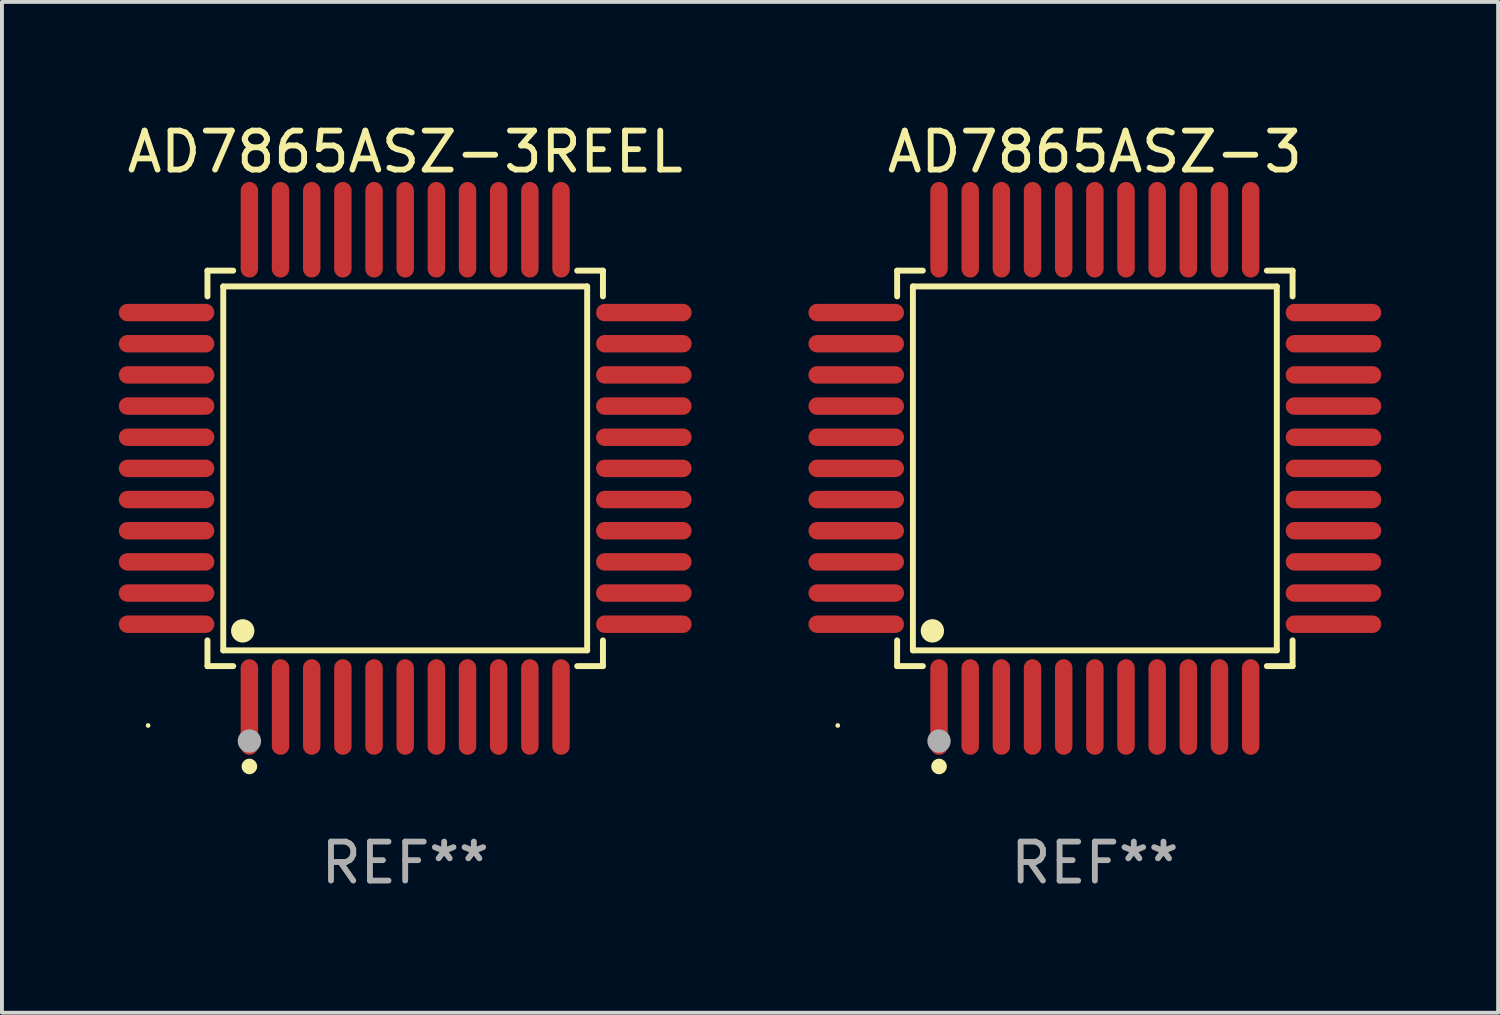
<source format=kicad_pcb>
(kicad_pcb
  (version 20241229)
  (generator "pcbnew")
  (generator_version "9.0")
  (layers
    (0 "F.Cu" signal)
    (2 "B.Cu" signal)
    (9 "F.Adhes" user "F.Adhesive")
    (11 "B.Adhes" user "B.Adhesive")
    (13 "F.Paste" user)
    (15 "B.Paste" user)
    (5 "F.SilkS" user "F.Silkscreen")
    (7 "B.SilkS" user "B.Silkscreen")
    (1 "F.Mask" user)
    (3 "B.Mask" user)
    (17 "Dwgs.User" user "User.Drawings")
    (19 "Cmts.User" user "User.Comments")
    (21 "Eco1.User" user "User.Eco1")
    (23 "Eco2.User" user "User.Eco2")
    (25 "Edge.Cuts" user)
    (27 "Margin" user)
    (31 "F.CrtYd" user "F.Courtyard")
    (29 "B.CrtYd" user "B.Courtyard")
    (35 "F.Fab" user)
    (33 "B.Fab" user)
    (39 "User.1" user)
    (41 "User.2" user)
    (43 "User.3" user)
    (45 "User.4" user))
  (footprint "AD7865ASZ-3REEL"
    (layer "F.Cu")
    (at 7.352 8.974)
    (property "Reference" "AD7865ASZ-3REEL" (at 0 -8.126 0) (layer "F.SilkS") (effects (font (size 1 1) (thickness 0.15))))
    (attr through_hole)
    (fp_line (start -5.076 -5.076) (end -4.415 -5.076) (stroke (width 0.152) (type solid)) (layer "F.SilkS"))
    (fp_line (start -5.076 -4.415) (end -5.076 -5.076) (stroke (width 0.152) (type solid)) (layer "F.SilkS"))
    (fp_line (start -5.076 4.415) (end -5.076 5.076) (stroke (width 0.152) (type solid)) (layer "F.SilkS"))
    (fp_line (start -5.076 5.076) (end -4.415 5.076) (stroke (width 0.152) (type solid)) (layer "F.SilkS"))
    (fp_line (start -4.671 -4.671) (end 4.671 -4.671) (stroke (width 0.152) (type solid)) (layer "F.SilkS"))
    (fp_line (start -4.671 4.671) (end -4.671 -4.671) (stroke (width 0.152) (type solid)) (layer "F.SilkS"))
    (fp_line (start 4.671 -4.671) (end 4.671 4.671) (stroke (width 0.152) (type solid)) (layer "F.SilkS"))
    (fp_line (start 4.671 4.671) (end -4.671 4.671) (stroke (width 0.152) (type solid)) (layer "F.SilkS"))
    (fp_line (start 5.076 -5.076) (end 4.415 -5.076) (stroke (width 0.152) (type solid)) (layer "F.SilkS"))
    (fp_line (start 5.076 -4.415) (end 5.076 -5.076) (stroke (width 0.152) (type solid)) (layer "F.SilkS"))
    (fp_line (start 5.076 4.415) (end 5.076 5.076) (stroke (width 0.152) (type solid)) (layer "F.SilkS"))
    (fp_line (start 5.076 5.076) (end 4.415 5.076) (stroke (width 0.152) (type solid)) (layer "F.SilkS"))
    (fp_circle (center -6.6 6.6) (end -6.57 6.6) (stroke (width 0.06) (type solid)) (fill no) (layer "F.SilkS"))
    (fp_circle (center -4.171 4.171) (end -4.021 4.171) (stroke (width 0.3) (type solid)) (fill no) (layer "F.SilkS"))
    (fp_circle (center -4 7.652) (end -3.9 7.652) (stroke (width 0.2) (type solid)) (fill no) (layer "F.SilkS"))
    (fp_circle (center -4 7) (end -3.85 7) (stroke (width 0.3) (type solid)) (fill no) (layer "F.Fab"))
    (fp_text user "REF**" (at 0 10.126 0) (layer "F.Fab") (effects (font (size 1 1) (thickness 0.15))))
    (pad "1" smd oval (at -4 6.126) (size 0.448 2.452) (layers "F.Cu" "F.Mask" "F.Paste"))
    (pad "2" smd oval (at -3.2 6.126) (size 0.448 2.452) (layers "F.Cu" "F.Mask" "F.Paste"))
    (pad "3" smd oval (at -2.4 6.126) (size 0.448 2.452) (layers "F.Cu" "F.Mask" "F.Paste"))
    (pad "4" smd oval (at -1.6 6.126) (size 0.448 2.452) (layers "F.Cu" "F.Mask" "F.Paste"))
    (pad "5" smd oval (at -0.8 6.126) (size 0.448 2.452) (layers "F.Cu" "F.Mask" "F.Paste"))
    (pad "6" smd oval (at 0 6.126) (size 0.448 2.452) (layers "F.Cu" "F.Mask" "F.Paste"))
    (pad "7" smd oval (at 0.8 6.126) (size 0.448 2.452) (layers "F.Cu" "F.Mask" "F.Paste"))
    (pad "8" smd oval (at 1.6 6.126) (size 0.448 2.452) (layers "F.Cu" "F.Mask" "F.Paste"))
    (pad "9" smd oval (at 2.4 6.126) (size 0.448 2.452) (layers "F.Cu" "F.Mask" "F.Paste"))
    (pad "10" smd oval (at 3.2 6.126) (size 0.448 2.452) (layers "F.Cu" "F.Mask" "F.Paste"))
    (pad "11" smd oval (at 4 6.126) (size 0.448 2.452) (layers "F.Cu" "F.Mask" "F.Paste"))
    (pad "12" smd oval (at 6.126 4) (size 2.452 0.448) (layers "F.Cu" "F.Mask" "F.Paste"))
    (pad "13" smd oval (at 6.126 3.2) (size 2.452 0.448) (layers "F.Cu" "F.Mask" "F.Paste"))
    (pad "14" smd oval (at 6.126 2.4) (size 2.452 0.448) (layers "F.Cu" "F.Mask" "F.Paste"))
    (pad "15" smd oval (at 6.126 1.6) (size 2.452 0.448) (layers "F.Cu" "F.Mask" "F.Paste"))
    (pad "16" smd oval (at 6.126 0.8) (size 2.452 0.448) (layers "F.Cu" "F.Mask" "F.Paste"))
    (pad "17" smd oval (at 6.126 0) (size 2.452 0.448) (layers "F.Cu" "F.Mask" "F.Paste"))
    (pad "18" smd oval (at 6.126 -0.8) (size 2.452 0.448) (layers "F.Cu" "F.Mask" "F.Paste"))
    (pad "19" smd oval (at 6.126 -1.6) (size 2.452 0.448) (layers "F.Cu" "F.Mask" "F.Paste"))
    (pad "20" smd oval (at 6.126 -2.4) (size 2.452 0.448) (layers "F.Cu" "F.Mask" "F.Paste"))
    (pad "21" smd oval (at 6.126 -3.2) (size 2.452 0.448) (layers "F.Cu" "F.Mask" "F.Paste"))
    (pad "22" smd oval (at 6.126 -4) (size 2.452 0.448) (layers "F.Cu" "F.Mask" "F.Paste"))
    (pad "23" smd oval (at 4 -6.126) (size 0.448 2.452) (layers "F.Cu" "F.Mask" "F.Paste"))
    (pad "24" smd oval (at 3.2 -6.126) (size 0.448 2.452) (layers "F.Cu" "F.Mask" "F.Paste"))
    (pad "25" smd oval (at 2.4 -6.126) (size 0.448 2.452) (layers "F.Cu" "F.Mask" "F.Paste"))
    (pad "26" smd oval (at 1.6 -6.126) (size 0.448 2.452) (layers "F.Cu" "F.Mask" "F.Paste"))
    (pad "27" smd oval (at 0.8 -6.126) (size 0.448 2.452) (layers "F.Cu" "F.Mask" "F.Paste"))
    (pad "28" smd oval (at 0 -6.126) (size 0.448 2.452) (layers "F.Cu" "F.Mask" "F.Paste"))
    (pad "29" smd oval (at -0.8 -6.126) (size 0.448 2.452) (layers "F.Cu" "F.Mask" "F.Paste"))
    (pad "30" smd oval (at -1.6 -6.126) (size 0.448 2.452) (layers "F.Cu" "F.Mask" "F.Paste"))
    (pad "31" smd oval (at -2.4 -6.126) (size 0.448 2.452) (layers "F.Cu" "F.Mask" "F.Paste"))
    (pad "32" smd oval (at -3.2 -6.126) (size 0.448 2.452) (layers "F.Cu" "F.Mask" "F.Paste"))
    (pad "33" smd oval (at -4 -6.126) (size 0.448 2.452) (layers "F.Cu" "F.Mask" "F.Paste"))
    (pad "34" smd oval (at -6.126 -4) (size 2.452 0.448) (layers "F.Cu" "F.Mask" "F.Paste"))
    (pad "35" smd oval (at -6.126 -3.2) (size 2.452 0.448) (layers "F.Cu" "F.Mask" "F.Paste"))
    (pad "36" smd oval (at -6.126 -2.4) (size 2.452 0.448) (layers "F.Cu" "F.Mask" "F.Paste"))
    (pad "37" smd oval (at -6.126 -1.6) (size 2.452 0.448) (layers "F.Cu" "F.Mask" "F.Paste"))
    (pad "38" smd oval (at -6.126 -0.8) (size 2.452 0.448) (layers "F.Cu" "F.Mask" "F.Paste"))
    (pad "39" smd oval (at -6.126 0) (size 2.452 0.448) (layers "F.Cu" "F.Mask" "F.Paste"))
    (pad "40" smd oval (at -6.126 0.8) (size 2.452 0.448) (layers "F.Cu" "F.Mask" "F.Paste"))
    (pad "41" smd oval (at -6.126 1.6) (size 2.452 0.448) (layers "F.Cu" "F.Mask" "F.Paste"))
    (pad "42" smd oval (at -6.126 2.4) (size 2.452 0.448) (layers "F.Cu" "F.Mask" "F.Paste"))
    (pad "43" smd oval (at -6.126 3.2) (size 2.452 0.448) (layers "F.Cu" "F.Mask" "F.Paste"))
    (pad "44" smd oval (at -6.126 4) (size 2.452 0.448) (layers "F.Cu" "F.Mask" "F.Paste")))
  (footprint "AD7865ASZ-3"
    (layer "F.Cu")
    (at 25.056 8.974)
    (property "Reference" "AD7865ASZ-3" (at 0 -8.126 0) (layer "F.SilkS") (effects (font (size 1 1) (thickness 0.15))))
    (attr through_hole)
    (fp_line (start -5.076 -5.076) (end -4.415 -5.076) (stroke (width 0.152) (type solid)) (layer "F.SilkS"))
    (fp_line (start -5.076 -4.415) (end -5.076 -5.076) (stroke (width 0.152) (type solid)) (layer "F.SilkS"))
    (fp_line (start -5.076 4.415) (end -5.076 5.076) (stroke (width 0.152) (type solid)) (layer "F.SilkS"))
    (fp_line (start -5.076 5.076) (end -4.415 5.076) (stroke (width 0.152) (type solid)) (layer "F.SilkS"))
    (fp_line (start -4.671 -4.671) (end 4.671 -4.671) (stroke (width 0.152) (type solid)) (layer "F.SilkS"))
    (fp_line (start -4.671 4.671) (end -4.671 -4.671) (stroke (width 0.152) (type solid)) (layer "F.SilkS"))
    (fp_line (start 4.671 -4.671) (end 4.671 4.671) (stroke (width 0.152) (type solid)) (layer "F.SilkS"))
    (fp_line (start 4.671 4.671) (end -4.671 4.671) (stroke (width 0.152) (type solid)) (layer "F.SilkS"))
    (fp_line (start 5.076 -5.076) (end 4.415 -5.076) (stroke (width 0.152) (type solid)) (layer "F.SilkS"))
    (fp_line (start 5.076 -4.415) (end 5.076 -5.076) (stroke (width 0.152) (type solid)) (layer "F.SilkS"))
    (fp_line (start 5.076 4.415) (end 5.076 5.076) (stroke (width 0.152) (type solid)) (layer "F.SilkS"))
    (fp_line (start 5.076 5.076) (end 4.415 5.076) (stroke (width 0.152) (type solid)) (layer "F.SilkS"))
    (fp_circle (center -6.6 6.6) (end -6.57 6.6) (stroke (width 0.06) (type solid)) (fill no) (layer "F.SilkS"))
    (fp_circle (center -4.171 4.171) (end -4.021 4.171) (stroke (width 0.3) (type solid)) (fill no) (layer "F.SilkS"))
    (fp_circle (center -4 7.652) (end -3.9 7.652) (stroke (width 0.2) (type solid)) (fill no) (layer "F.SilkS"))
    (fp_circle (center -4 7) (end -3.85 7) (stroke (width 0.3) (type solid)) (fill no) (layer "F.Fab"))
    (fp_text user "REF**" (at 0 10.126 0) (layer "F.Fab") (effects (font (size 1 1) (thickness 0.15))))
    (pad "1" smd oval (at -4 6.126) (size 0.448 2.452) (layers "F.Cu" "F.Mask" "F.Paste"))
    (pad "2" smd oval (at -3.2 6.126) (size 0.448 2.452) (layers "F.Cu" "F.Mask" "F.Paste"))
    (pad "3" smd oval (at -2.4 6.126) (size 0.448 2.452) (layers "F.Cu" "F.Mask" "F.Paste"))
    (pad "4" smd oval (at -1.6 6.126) (size 0.448 2.452) (layers "F.Cu" "F.Mask" "F.Paste"))
    (pad "5" smd oval (at -0.8 6.126) (size 0.448 2.452) (layers "F.Cu" "F.Mask" "F.Paste"))
    (pad "6" smd oval (at 0 6.126) (size 0.448 2.452) (layers "F.Cu" "F.Mask" "F.Paste"))
    (pad "7" smd oval (at 0.8 6.126) (size 0.448 2.452) (layers "F.Cu" "F.Mask" "F.Paste"))
    (pad "8" smd oval (at 1.6 6.126) (size 0.448 2.452) (layers "F.Cu" "F.Mask" "F.Paste"))
    (pad "9" smd oval (at 2.4 6.126) (size 0.448 2.452) (layers "F.Cu" "F.Mask" "F.Paste"))
    (pad "10" smd oval (at 3.2 6.126) (size 0.448 2.452) (layers "F.Cu" "F.Mask" "F.Paste"))
    (pad "11" smd oval (at 4 6.126) (size 0.448 2.452) (layers "F.Cu" "F.Mask" "F.Paste"))
    (pad "12" smd oval (at 6.126 4) (size 2.452 0.448) (layers "F.Cu" "F.Mask" "F.Paste"))
    (pad "13" smd oval (at 6.126 3.2) (size 2.452 0.448) (layers "F.Cu" "F.Mask" "F.Paste"))
    (pad "14" smd oval (at 6.126 2.4) (size 2.452 0.448) (layers "F.Cu" "F.Mask" "F.Paste"))
    (pad "15" smd oval (at 6.126 1.6) (size 2.452 0.448) (layers "F.Cu" "F.Mask" "F.Paste"))
    (pad "16" smd oval (at 6.126 0.8) (size 2.452 0.448) (layers "F.Cu" "F.Mask" "F.Paste"))
    (pad "17" smd oval (at 6.126 0) (size 2.452 0.448) (layers "F.Cu" "F.Mask" "F.Paste"))
    (pad "18" smd oval (at 6.126 -0.8) (size 2.452 0.448) (layers "F.Cu" "F.Mask" "F.Paste"))
    (pad "19" smd oval (at 6.126 -1.6) (size 2.452 0.448) (layers "F.Cu" "F.Mask" "F.Paste"))
    (pad "20" smd oval (at 6.126 -2.4) (size 2.452 0.448) (layers "F.Cu" "F.Mask" "F.Paste"))
    (pad "21" smd oval (at 6.126 -3.2) (size 2.452 0.448) (layers "F.Cu" "F.Mask" "F.Paste"))
    (pad "22" smd oval (at 6.126 -4) (size 2.452 0.448) (layers "F.Cu" "F.Mask" "F.Paste"))
    (pad "23" smd oval (at 4 -6.126) (size 0.448 2.452) (layers "F.Cu" "F.Mask" "F.Paste"))
    (pad "24" smd oval (at 3.2 -6.126) (size 0.448 2.452) (layers "F.Cu" "F.Mask" "F.Paste"))
    (pad "25" smd oval (at 2.4 -6.126) (size 0.448 2.452) (layers "F.Cu" "F.Mask" "F.Paste"))
    (pad "26" smd oval (at 1.6 -6.126) (size 0.448 2.452) (layers "F.Cu" "F.Mask" "F.Paste"))
    (pad "27" smd oval (at 0.8 -6.126) (size 0.448 2.452) (layers "F.Cu" "F.Mask" "F.Paste"))
    (pad "28" smd oval (at 0 -6.126) (size 0.448 2.452) (layers "F.Cu" "F.Mask" "F.Paste"))
    (pad "29" smd oval (at -0.8 -6.126) (size 0.448 2.452) (layers "F.Cu" "F.Mask" "F.Paste"))
    (pad "30" smd oval (at -1.6 -6.126) (size 0.448 2.452) (layers "F.Cu" "F.Mask" "F.Paste"))
    (pad "31" smd oval (at -2.4 -6.126) (size 0.448 2.452) (layers "F.Cu" "F.Mask" "F.Paste"))
    (pad "32" smd oval (at -3.2 -6.126) (size 0.448 2.452) (layers "F.Cu" "F.Mask" "F.Paste"))
    (pad "33" smd oval (at -4 -6.126) (size 0.448 2.452) (layers "F.Cu" "F.Mask" "F.Paste"))
    (pad "34" smd oval (at -6.126 -4) (size 2.452 0.448) (layers "F.Cu" "F.Mask" "F.Paste"))
    (pad "35" smd oval (at -6.126 -3.2) (size 2.452 0.448) (layers "F.Cu" "F.Mask" "F.Paste"))
    (pad "36" smd oval (at -6.126 -2.4) (size 2.452 0.448) (layers "F.Cu" "F.Mask" "F.Paste"))
    (pad "37" smd oval (at -6.126 -1.6) (size 2.452 0.448) (layers "F.Cu" "F.Mask" "F.Paste"))
    (pad "38" smd oval (at -6.126 -0.8) (size 2.452 0.448) (layers "F.Cu" "F.Mask" "F.Paste"))
    (pad "39" smd oval (at -6.126 0) (size 2.452 0.448) (layers "F.Cu" "F.Mask" "F.Paste"))
    (pad "40" smd oval (at -6.126 0.8) (size 2.452 0.448) (layers "F.Cu" "F.Mask" "F.Paste"))
    (pad "41" smd oval (at -6.126 1.6) (size 2.452 0.448) (layers "F.Cu" "F.Mask" "F.Paste"))
    (pad "42" smd oval (at -6.126 2.4) (size 2.452 0.448) (layers "F.Cu" "F.Mask" "F.Paste"))
    (pad "43" smd oval (at -6.126 3.2) (size 2.452 0.448) (layers "F.Cu" "F.Mask" "F.Paste"))
    (pad "44" smd oval (at -6.126 4) (size 2.452 0.448) (layers "F.Cu" "F.Mask" "F.Paste")))
  (gr_rect
    (start -3 -3)
    (end 35.408 22.948)
    (stroke (width 0.1) (type default))
    (fill no)
    (layer "Edge.Cuts")))
</source>
